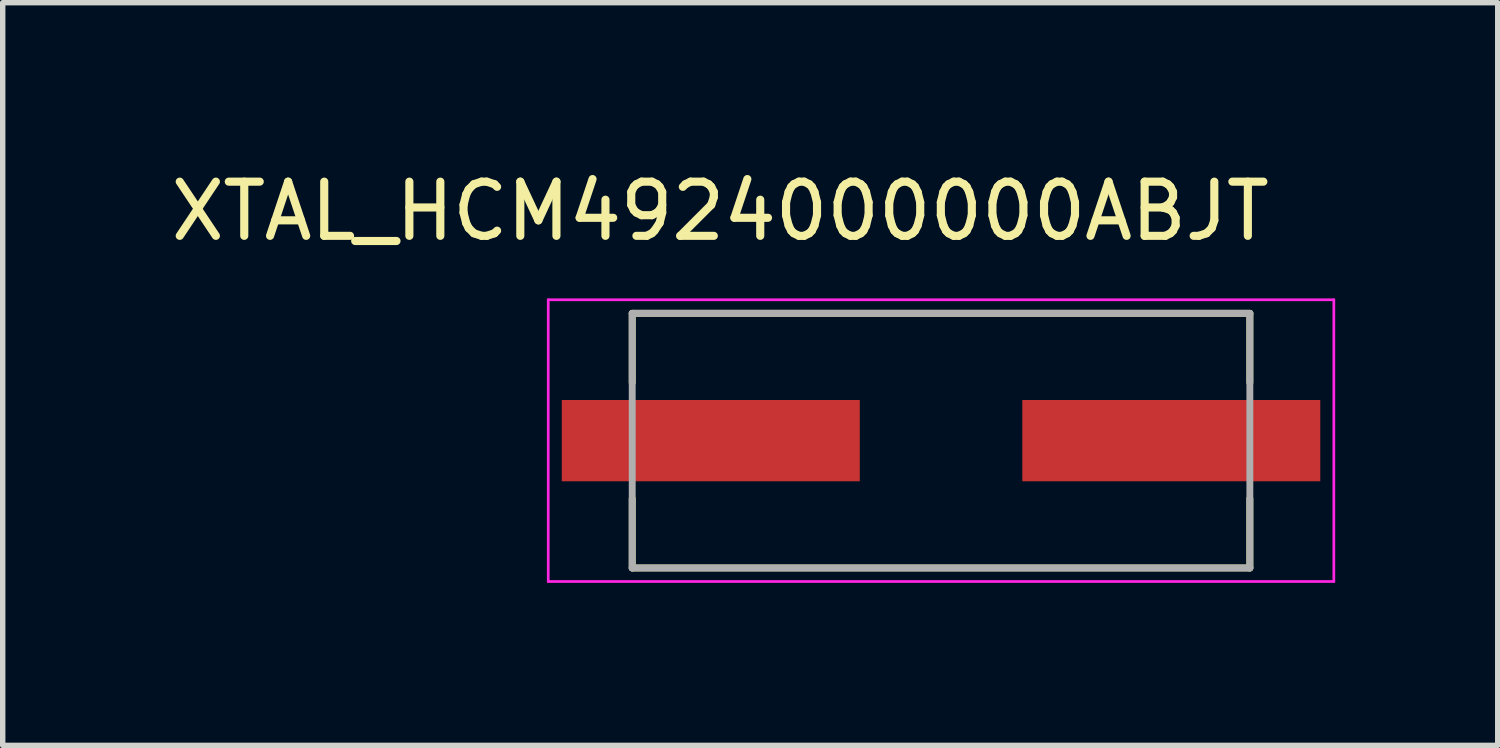
<source format=kicad_pcb>
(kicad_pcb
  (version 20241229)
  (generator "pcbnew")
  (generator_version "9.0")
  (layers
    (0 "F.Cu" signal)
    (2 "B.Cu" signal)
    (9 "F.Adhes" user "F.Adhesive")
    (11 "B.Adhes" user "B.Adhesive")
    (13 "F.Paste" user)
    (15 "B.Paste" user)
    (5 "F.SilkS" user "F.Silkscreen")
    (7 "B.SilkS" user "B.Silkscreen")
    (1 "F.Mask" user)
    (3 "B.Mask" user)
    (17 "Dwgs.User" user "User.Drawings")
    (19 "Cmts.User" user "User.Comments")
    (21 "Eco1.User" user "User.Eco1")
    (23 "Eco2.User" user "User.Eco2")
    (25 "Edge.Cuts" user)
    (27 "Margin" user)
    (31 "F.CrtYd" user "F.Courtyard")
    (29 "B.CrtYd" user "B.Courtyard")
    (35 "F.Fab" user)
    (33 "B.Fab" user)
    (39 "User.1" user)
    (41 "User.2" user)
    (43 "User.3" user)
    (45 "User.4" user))
  (footprint "XTAL_HCM4924000000ABJT"
    (layer "F.Cu")
    (at 14.319 5.083)
    (property "Reference" "XTAL_HCM4924000000ABJT" (at -4.075 -4.235 0) (layer "F.SilkS") (effects (font (size 1 1) (thickness 0.15))))
    (attr smd)
    (fp_line (start -5.7 -2.35) (end -5.7 -1.07) (stroke (width 0.127) (type solid)) (layer "F.SilkS"))
    (fp_line (start -5.7 -2.35) (end 5.7 -2.35) (stroke (width 0.127) (type solid)) (layer "F.SilkS"))
    (fp_line (start -5.7 2.35) (end -5.7 1.07) (stroke (width 0.127) (type solid)) (layer "F.SilkS"))
    (fp_line (start -5.7 2.35) (end 5.7 2.35) (stroke (width 0.127) (type solid)) (layer "F.SilkS"))
    (fp_line (start 5.7 -2.35) (end 5.7 -1.07) (stroke (width 0.127) (type solid)) (layer "F.SilkS"))
    (fp_line (start 5.7 2.35) (end 5.7 1.07) (stroke (width 0.127) (type solid)) (layer "F.SilkS"))
    (fp_line (start -7.25 -2.6) (end -7.25 2.6) (stroke (width 0.05) (type solid)) (layer "F.CrtYd"))
    (fp_line (start -7.25 2.6) (end 7.25 2.6) (stroke (width 0.05) (type solid)) (layer "F.CrtYd"))
    (fp_line (start 7.25 -2.6) (end -7.25 -2.6) (stroke (width 0.05) (type solid)) (layer "F.CrtYd"))
    (fp_line (start 7.25 2.6) (end 7.25 -2.6) (stroke (width 0.05) (type solid)) (layer "F.CrtYd"))
    (fp_line (start -5.7 -2.35) (end -5.7 2.35) (stroke (width 0.127) (type solid)) (layer "F.Fab"))
    (fp_line (start -5.7 -2.35) (end 5.7 -2.35) (stroke (width 0.127) (type solid)) (layer "F.Fab"))
    (fp_line (start -5.7 2.35) (end 5.7 2.35) (stroke (width 0.127) (type solid)) (layer "F.Fab"))
    (fp_line (start 5.7 -2.35) (end 5.7 2.35) (stroke (width 0.127) (type solid)) (layer "F.Fab"))
    (pad "1" smd rect (at -4.25 0) (size 5.5 1.5) (layers "F.Cu" "F.Mask" "F.Paste"))
    (pad "2" smd rect (at 4.25 0) (size 5.5 1.5) (layers "F.Cu" "F.Mask" "F.Paste")))
  (gr_rect
    (start -3 -3)
    (end 24.594 10.708)
    (stroke (width 0.1) (type default))
    (fill no)
    (layer "Edge.Cuts")))
</source>
